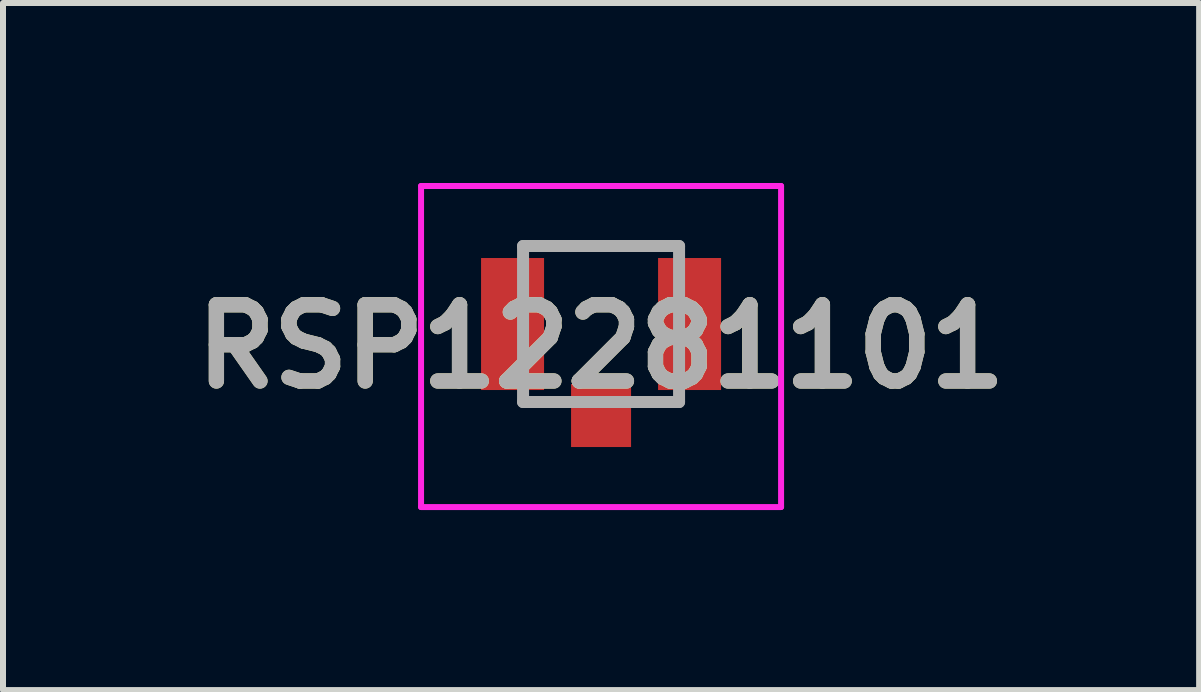
<source format=kicad_pcb>
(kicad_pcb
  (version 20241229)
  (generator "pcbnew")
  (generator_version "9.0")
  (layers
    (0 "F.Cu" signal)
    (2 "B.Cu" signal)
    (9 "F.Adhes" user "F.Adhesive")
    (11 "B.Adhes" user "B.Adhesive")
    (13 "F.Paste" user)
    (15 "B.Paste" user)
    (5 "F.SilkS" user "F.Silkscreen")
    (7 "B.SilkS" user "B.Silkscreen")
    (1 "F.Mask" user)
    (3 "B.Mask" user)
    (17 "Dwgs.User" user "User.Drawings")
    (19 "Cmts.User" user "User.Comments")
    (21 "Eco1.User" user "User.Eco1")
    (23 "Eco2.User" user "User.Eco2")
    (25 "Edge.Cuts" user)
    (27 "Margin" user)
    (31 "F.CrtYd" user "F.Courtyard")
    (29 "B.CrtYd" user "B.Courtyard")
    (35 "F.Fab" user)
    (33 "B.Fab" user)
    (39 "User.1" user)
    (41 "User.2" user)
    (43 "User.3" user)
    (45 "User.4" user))
  (footprint "RSP12281101"
    (layer "F.Cu")
    (at 6.967 2.35)
    (property "Reference" "RSP12281101" (at 0 0.375 0) (layer "F.SilkS") (effects (font (size 1.27 1.27) (thickness 0.254))))
    (attr smd)
    (fp_line (start -1.3 -1.3) (end 1.3 -1.3) (stroke (width 0.1) (type solid)) (layer "F.SilkS"))
    (fp_line (start -3 -2.3) (end 3 -2.3) (stroke (width 0.1) (type solid)) (layer "F.CrtYd"))
    (fp_line (start -3 3.05) (end -3 -2.3) (stroke (width 0.1) (type solid)) (layer "F.CrtYd"))
    (fp_line (start 3 -2.3) (end 3 3.05) (stroke (width 0.1) (type solid)) (layer "F.CrtYd"))
    (fp_line (start 3 3.05) (end -3 3.05) (stroke (width 0.1) (type solid)) (layer "F.CrtYd"))
    (fp_line (start -1.3 -1.3) (end 1.3 -1.3) (stroke (width 0.2) (type solid)) (layer "F.Fab"))
    (fp_line (start -1.3 1.3) (end -1.3 -1.3) (stroke (width 0.2) (type solid)) (layer "F.Fab"))
    (fp_line (start 1.3 -1.3) (end 1.3 1.3) (stroke (width 0.2) (type solid)) (layer "F.Fab"))
    (fp_line (start 1.3 1.3) (end -1.3 1.3) (stroke (width 0.2) (type solid)) (layer "F.Fab"))
    (fp_text user "${REFERENCE}" (at 0 0.375 0) (layer "F.Fab") (effects (font (size 1.27 1.27) (thickness 0.254))))
    (pad "1" smd rect (at 0 1.525) (size 1 1.05) (layers "F.Cu" "F.Mask" "F.Paste"))
    (pad "2" smd rect (at -1.475 0) (size 1.05 2.2) (layers "F.Cu" "F.Mask" "F.Paste"))
    (pad "3" smd rect (at 1.475 0) (size 1.05 2.2) (layers "F.Cu" "F.Mask" "F.Paste")))
  (gr_rect
    (start -3 -3)
    (end 16.934 8.45)
    (stroke (width 0.1) (type default))
    (fill no)
    (layer "Edge.Cuts")))
</source>
